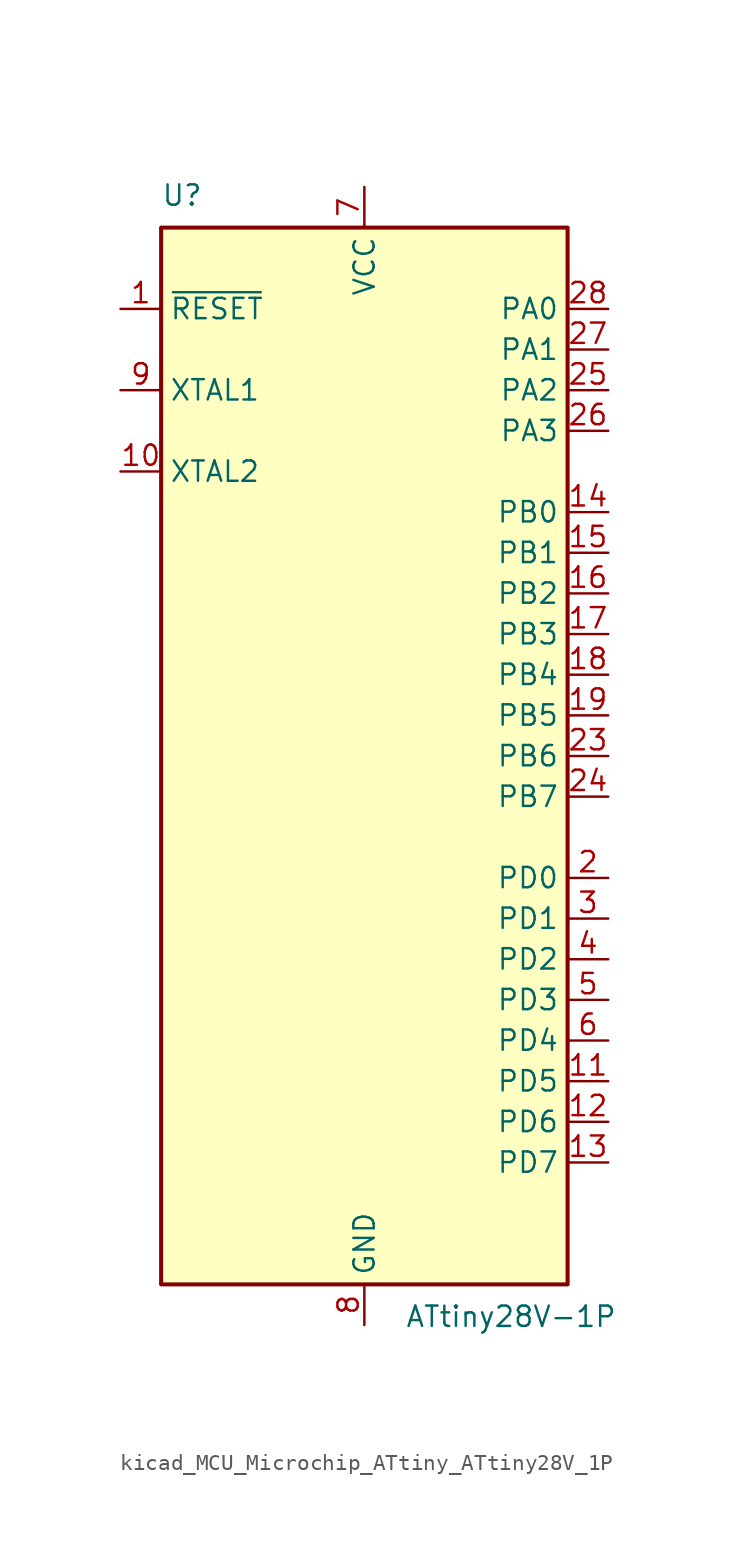
<source format=kicad_sym>
(kicad_symbol_lib
  (version 20220914)
  (generator kicad_symbol_editor)
  (symbol "kicad_MCU_Microchip_ATtiny_ATtiny28V_1P"
    (property "Reference" "U"
      (at -12.7 34.29 0)
      (effects (font (size 1.27 1.27)) (justify left bottom)))
    (property "Value" "ATtiny28V-1P"
      (at 2.54 -34.29 0)
      (effects (font (size 1.27 1.27)) (justify left top)))
    (symbol "kicad_MCU_Microchip_ATtiny_ATtiny28V_1P_0_1"
      (rectangle (start -12.7 -33.02) (end 12.7 33.02) (stroke (width 0.254) (type default)) (fill (type background))))
    (symbol "kicad_MCU_Microchip_ATtiny_ATtiny28V_1P_1_1"
      (pin input line (at -15.24 27.94 0) (length 2.54) (name "~{RESET}" (effects (font (size 1.27 1.27)))) (number "1" (effects (font (size 1.27 1.27)))))
      (pin output line (at -15.24 17.78 0) (length 2.54) (name "XTAL2" (effects (font (size 1.27 1.27)))) (number "10" (effects (font (size 1.27 1.27)))))
      (pin bidirectional line (at 15.24 -20.32 180) (length 2.54) (name "PD5" (effects (font (size 1.27 1.27)))) (number "11" (effects (font (size 1.27 1.27)))))
      (pin bidirectional line (at 15.24 -22.86 180) (length 2.54) (name "PD6" (effects (font (size 1.27 1.27)))) (number "12" (effects (font (size 1.27 1.27)))))
      (pin bidirectional line (at 15.24 -25.4 180) (length 2.54) (name "PD7" (effects (font (size 1.27 1.27)))) (number "13" (effects (font (size 1.27 1.27)))))
      (pin bidirectional line (at 15.24 15.24 180) (length 2.54) (name "PB0" (effects (font (size 1.27 1.27)))) (number "14" (effects (font (size 1.27 1.27)))))
      (pin bidirectional line (at 15.24 12.7 180) (length 2.54) (name "PB1" (effects (font (size 1.27 1.27)))) (number "15" (effects (font (size 1.27 1.27)))))
      (pin bidirectional line (at 15.24 10.16 180) (length 2.54) (name "PB2" (effects (font (size 1.27 1.27)))) (number "16" (effects (font (size 1.27 1.27)))))
      (pin bidirectional line (at 15.24 7.62 180) (length 2.54) (name "PB3" (effects (font (size 1.27 1.27)))) (number "17" (effects (font (size 1.27 1.27)))))
      (pin bidirectional line (at 15.24 5.08 180) (length 2.54) (name "PB4" (effects (font (size 1.27 1.27)))) (number "18" (effects (font (size 1.27 1.27)))))
      (pin bidirectional line (at 15.24 2.54 180) (length 2.54) (name "PB5" (effects (font (size 1.27 1.27)))) (number "19" (effects (font (size 1.27 1.27)))))
      (pin bidirectional line (at 15.24 -7.62 180) (length 2.54) (name "PD0" (effects (font (size 1.27 1.27)))) (number "2" (effects (font (size 1.27 1.27)))))
      (pin passive line (at 0 35.56 270) (length 2.54) hide (name "VCC" (effects (font (size 1.27 1.27)))) (number "20" (effects (font (size 1.27 1.27)))))
      (pin no_connect line (at -12.7 -30.48 0) (length 2.54) hide (name "NC" (effects (font (size 1.27 1.27)))) (number "21" (effects (font (size 1.27 1.27)))))
      (pin passive line (at 0 -35.56 90) (length 2.54) hide (name "GND" (effects (font (size 1.27 1.27)))) (number "22" (effects (font (size 1.27 1.27)))))
      (pin bidirectional line (at 15.24 0 180) (length 2.54) (name "PB6" (effects (font (size 1.27 1.27)))) (number "23" (effects (font (size 1.27 1.27)))))
      (pin bidirectional line (at 15.24 -2.54 180) (length 2.54) (name "PB7" (effects (font (size 1.27 1.27)))) (number "24" (effects (font (size 1.27 1.27)))))
      (pin bidirectional line (at 15.24 22.86 180) (length 2.54) (name "PA2" (effects (font (size 1.27 1.27)))) (number "25" (effects (font (size 1.27 1.27)))))
      (pin bidirectional line (at 15.24 20.32 180) (length 2.54) (name "PA3" (effects (font (size 1.27 1.27)))) (number "26" (effects (font (size 1.27 1.27)))))
      (pin bidirectional line (at 15.24 25.4 180) (length 2.54) (name "PA1" (effects (font (size 1.27 1.27)))) (number "27" (effects (font (size 1.27 1.27)))))
      (pin bidirectional line (at 15.24 27.94 180) (length 2.54) (name "PA0" (effects (font (size 1.27 1.27)))) (number "28" (effects (font (size 1.27 1.27)))))
      (pin bidirectional line (at 15.24 -10.16 180) (length 2.54) (name "PD1" (effects (font (size 1.27 1.27)))) (number "3" (effects (font (size 1.27 1.27)))))
      (pin bidirectional line (at 15.24 -12.7 180) (length 2.54) (name "PD2" (effects (font (size 1.27 1.27)))) (number "4" (effects (font (size 1.27 1.27)))))
      (pin bidirectional line (at 15.24 -15.24 180) (length 2.54) (name "PD3" (effects (font (size 1.27 1.27)))) (number "5" (effects (font (size 1.27 1.27)))))
      (pin bidirectional line (at 15.24 -17.78 180) (length 2.54) (name "PD4" (effects (font (size 1.27 1.27)))) (number "6" (effects (font (size 1.27 1.27)))))
      (pin power_in line (at 0 35.56 270) (length 2.54) (name "VCC" (effects (font (size 1.27 1.27)))) (number "7" (effects (font (size 1.27 1.27)))))
      (pin power_in line (at 0 -35.56 90) (length 2.54) (name "GND" (effects (font (size 1.27 1.27)))) (number "8" (effects (font (size 1.27 1.27)))))
      (pin input line (at -15.24 22.86 0) (length 2.54) (name "XTAL1" (effects (font (size 1.27 1.27)))) (number "9" (effects (font (size 1.27 1.27))))))))
</source>
